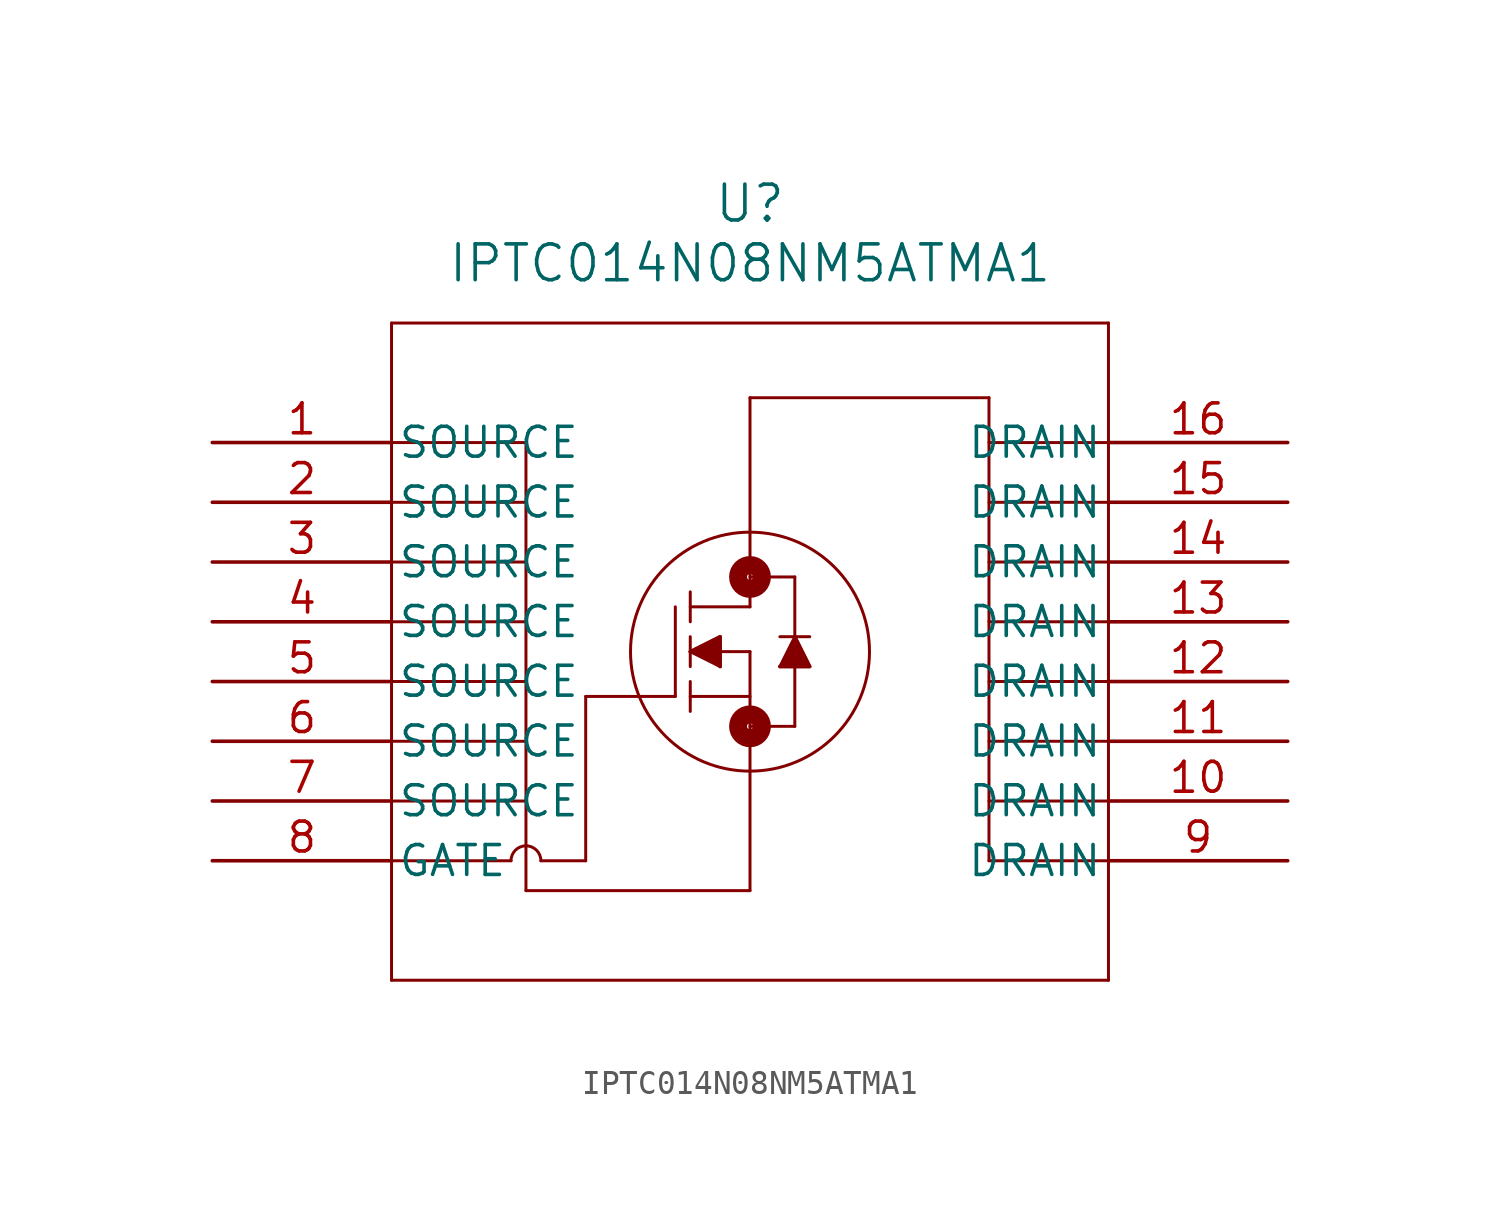
<source format=kicad_sym>
(kicad_symbol_lib
  (version 20211014)
  (generator kicad_symbol_editor)
  (symbol "IPTC014N08NM5ATMA1"
    (pin_names
      (offset 0.254))
    (property "Reference" "U"
      (at 22.86 10.16 0)
      (effects (font (size 1.524 1.524))))
    (property "Value" "IPTC014N08NM5ATMA1"
      (at 22.86 7.62 0)
      (effects (font (size 1.524 1.524))))
    (symbol "IPTC014N08NM5ATMA1_0_1"
      (polyline (pts (xy 7.62 5.08) (xy 7.62 -22.86)) (stroke (width 0.127) (type default) (color 0 0 0 0)) (fill (type none)))
      (polyline (pts (xy 7.62 -22.86) (xy 38.1 -22.86)) (stroke (width 0.127) (type default) (color 0 0 0 0)) (fill (type none)))
      (polyline (pts (xy 38.1 -22.86) (xy 38.1 5.08)) (stroke (width 0.127) (type default) (color 0 0 0 0)) (fill (type none)))
      (polyline (pts (xy 38.1 5.08) (xy 7.62 5.08)) (stroke (width 0.127) (type default) (color 0 0 0 0)) (fill (type none)))
      (polyline (pts (xy 22.86 -8.89) (xy 20.32 -8.89)) (stroke (width 0.127) (type default) (color 0 0 0 0)) (fill (type none)))
      (polyline (pts (xy 20.32 -8.255) (xy 20.32 -9.525)) (stroke (width 0.127) (type default) (color 0 0 0 0)) (fill (type none)))
      (polyline (pts (xy 20.32 -7.62) (xy 20.32 -6.35)) (stroke (width 0.127) (type default) (color 0 0 0 0)) (fill (type none)))
      (polyline (pts (xy 20.32 -10.16) (xy 20.32 -11.43)) (stroke (width 0.127) (type default) (color 0 0 0 0)) (fill (type none)))
      (polyline (pts (xy 20.32 -10.795) (xy 22.86 -10.795)) (stroke (width 0.127) (type default) (color 0 0 0 0)) (fill (type none)))
      (polyline (pts (xy 20.32 -6.985) (xy 22.86 -6.985)) (stroke (width 0.127) (type default) (color 0 0 0 0)) (fill (type none)))
      (polyline (pts (xy 22.86 -6.985) (xy 22.86 1.905)) (stroke (width 0.127) (type default) (color 0 0 0 0)) (fill (type none)))
      (polyline (pts (xy 22.86 -5.715) (xy 24.765 -5.715)) (stroke (width 0.127) (type default) (color 0 0 0 0)) (fill (type none)))
      (polyline (pts (xy 22.86 -8.89) (xy 22.86 -19.05)) (stroke (width 0.127) (type default) (color 0 0 0 0)) (fill (type none)))
      (polyline (pts (xy 22.86 -12.065) (xy 24.765 -12.065)) (stroke (width 0.127) (type default) (color 0 0 0 0)) (fill (type none)))
      (polyline (pts (xy 24.765 -12.065) (xy 24.765 -5.715)) (stroke (width 0.127) (type default) (color 0 0 0 0)) (fill (type none)))
      (polyline (pts (xy 24.13 -8.255) (xy 25.4 -8.255)) (stroke (width 0.127) (type default) (color 0 0 0 0)) (fill (type none)))
      (polyline (pts (xy 24.765 -8.255) (xy 24.13 -9.525)) (stroke (width 0.127) (type default) (color 0 0 0 0)) (fill (type none)))
      (polyline (pts (xy 24.13 -9.525) (xy 25.4 -9.525)) (stroke (width 0.127) (type default) (color 0 0 0 0)) (fill (type none)))
      (polyline (pts (xy 25.4 -9.525) (xy 24.765 -8.255)) (stroke (width 0.127) (type default) (color 0 0 0 0)) (fill (type none)))
      (polyline (pts (xy 20.32 -8.89) (xy 21.59 -8.255)) (stroke (width 0.127) (type default) (color 0 0 0 0)) (fill (type none)))
      (polyline (pts (xy 20.32 -8.89) (xy 21.59 -9.525)) (stroke (width 0.127) (type default) (color 0 0 0 0)) (fill (type none)))
      (polyline (pts (xy 21.59 -8.255) (xy 21.59 -9.525)) (stroke (width 0.127) (type default) (color 0 0 0 0)) (fill (type none)))
      (polyline (pts (xy 20.32 -8.89) (xy 21.59 -8.255) (xy 21.59 -9.525)) (stroke (width 0) (type default) (color 0 0 0 0)) (fill (type outline)))
      (polyline (pts (xy 24.13 -9.525) (xy 25.4 -9.525) (xy 24.765 -8.255)) (stroke (width 0) (type default) (color 0 0 0 0)) (fill (type outline)))
      (circle (center 22.86 -8.89) (radius 5.08) (stroke (width 0.127) (type default) (color 0 0 0 0)) (fill (type none)))
      (polyline (pts (xy 19.685 -6.985) (xy 19.685 -10.795)) (stroke (width 0.127) (type default) (color 0 0 0 0)) (fill (type none)))
      (polyline (pts (xy 19.685 -10.795) (xy 15.875 -10.795)) (stroke (width 0.127) (type default) (color 0 0 0 0)) (fill (type none)))
      (polyline (pts (xy 7.62 0) (xy 13.335 0)) (stroke (width 0.127) (type default) (color 0 0 0 0)) (fill (type none)))
      (polyline (pts (xy 7.62 -2.54) (xy 13.335 -2.54)) (stroke (width 0.127) (type default) (color 0 0 0 0)) (fill (type none)))
      (polyline (pts (xy 7.62 -5.08) (xy 13.335 -5.08)) (stroke (width 0.127) (type default) (color 0 0 0 0)) (fill (type none)))
      (polyline (pts (xy 7.62 -7.62) (xy 13.335 -7.62)) (stroke (width 0.127) (type default) (color 0 0 0 0)) (fill (type none)))
      (polyline (pts (xy 7.62 -10.16) (xy 13.335 -10.16)) (stroke (width 0.127) (type default) (color 0 0 0 0)) (fill (type none)))
      (polyline (pts (xy 7.62 -12.7) (xy 13.335 -12.7)) (stroke (width 0.127) (type default) (color 0 0 0 0)) (fill (type none)))
      (polyline (pts (xy 7.62 -15.24) (xy 13.335 -15.24)) (stroke (width 0.127) (type default) (color 0 0 0 0)) (fill (type none)))
      (polyline (pts (xy 38.1 -17.78) (xy 33.02 -17.78)) (stroke (width 0.127) (type default) (color 0 0 0 0)) (fill (type none)))
      (polyline (pts (xy 38.1 -15.24) (xy 33.02 -15.24)) (stroke (width 0.127) (type default) (color 0 0 0 0)) (fill (type none)))
      (polyline (pts (xy 38.1 -12.7) (xy 33.02 -12.7)) (stroke (width 0.127) (type default) (color 0 0 0 0)) (fill (type none)))
      (polyline (pts (xy 38.1 -10.16) (xy 33.02 -10.16)) (stroke (width 0.127) (type default) (color 0 0 0 0)) (fill (type none)))
      (polyline (pts (xy 38.1 -7.62) (xy 33.02 -7.62)) (stroke (width 0.127) (type default) (color 0 0 0 0)) (fill (type none)))
      (polyline (pts (xy 38.1 -5.08) (xy 33.02 -5.08)) (stroke (width 0.127) (type default) (color 0 0 0 0)) (fill (type none)))
      (polyline (pts (xy 38.1 -2.54) (xy 33.02 -2.54)) (stroke (width 0.127) (type default) (color 0 0 0 0)) (fill (type none)))
      (polyline (pts (xy 38.1 0) (xy 33.02 0)) (stroke (width 0.127) (type default) (color 0 0 0 0)) (fill (type none)))
      (polyline (pts (xy 33.02 -17.78) (xy 33.02 1.905)) (stroke (width 0.127) (type default) (color 0 0 0 0)) (fill (type none)))
      (polyline (pts (xy 33.02 1.905) (xy 22.86 1.905)) (stroke (width 0.127) (type default) (color 0 0 0 0)) (fill (type none)))
      (polyline (pts (xy 13.335 0) (xy 13.335 -19.05)) (stroke (width 0.127) (type default) (color 0 0 0 0)) (fill (type none)))
      (polyline (pts (xy 13.335 -19.05) (xy 22.86 -19.05)) (stroke (width 0.127) (type default) (color 0 0 0 0)) (fill (type none)))
      (polyline (pts (xy 7.62 -17.78) (xy 12.7 -17.78)) (stroke (width 0.127) (type default) (color 0 0 0 0)) (fill (type none)))
      (polyline (pts (xy 13.97 -17.78) (xy 15.875 -17.78)) (stroke (width 0.127) (type default) (color 0 0 0 0)) (fill (type none)))
      (polyline (pts (xy 15.875 -17.78) (xy 15.875 -10.795)) (stroke (width 0.127) (type default) (color 0 0 0 0)) (fill (type none)))
      (arc (start 13.97 -17.78) (mid 13.335 -17.145) (end 12.7 -17.78) (stroke (width 0.127) (type default) (color 0 0 0 0)) (fill (type none)))
      (circle (center 22.86 -5.715) (radius 0.127) (stroke (width 0.762) (type default) (color 0 0 0 0)) (fill (type none)))
      (circle (center 22.86 -12.065) (radius 0.127) (stroke (width 0.762) (type default) (color 0 0 0 0)) (fill (type none)))
      (pin unspecified line (at 0 0 0) (length 7.62) (name "SOURCE" (effects (font (size 1.27 1.27)))) (number "1" (effects (font (size 1.27 1.27)))))
      (pin unspecified line (at 0 -2.54 0) (length 7.62) (name "SOURCE" (effects (font (size 1.27 1.27)))) (number "2" (effects (font (size 1.27 1.27)))))
      (pin unspecified line (at 0 -5.08 0) (length 7.62) (name "SOURCE" (effects (font (size 1.27 1.27)))) (number "3" (effects (font (size 1.27 1.27)))))
      (pin unspecified line (at 0 -7.62 0) (length 7.62) (name "SOURCE" (effects (font (size 1.27 1.27)))) (number "4" (effects (font (size 1.27 1.27)))))
      (pin unspecified line (at 0 -10.16 0) (length 7.62) (name "SOURCE" (effects (font (size 1.27 1.27)))) (number "5" (effects (font (size 1.27 1.27)))))
      (pin unspecified line (at 0 -12.7 0) (length 7.62) (name "SOURCE" (effects (font (size 1.27 1.27)))) (number "6" (effects (font (size 1.27 1.27)))))
      (pin unspecified line (at 0 -15.24 0) (length 7.62) (name "SOURCE" (effects (font (size 1.27 1.27)))) (number "7" (effects (font (size 1.27 1.27)))))
      (pin unspecified line (at 0 -17.78 0) (length 7.62) (name "GATE" (effects (font (size 1.27 1.27)))) (number "8" (effects (font (size 1.27 1.27)))))
      (pin unspecified line (at 45.72 -17.78 180) (length 7.62) (name "DRAIN" (effects (font (size 1.27 1.27)))) (number "9" (effects (font (size 1.27 1.27)))))
      (pin unspecified line (at 45.72 -15.24 180) (length 7.62) (name "DRAIN" (effects (font (size 1.27 1.27)))) (number "10" (effects (font (size 1.27 1.27)))))
      (pin unspecified line (at 45.72 -12.7 180) (length 7.62) (name "DRAIN" (effects (font (size 1.27 1.27)))) (number "11" (effects (font (size 1.27 1.27)))))
      (pin unspecified line (at 45.72 -10.16 180) (length 7.62) (name "DRAIN" (effects (font (size 1.27 1.27)))) (number "12" (effects (font (size 1.27 1.27)))))
      (pin unspecified line (at 45.72 -7.62 180) (length 7.62) (name "DRAIN" (effects (font (size 1.27 1.27)))) (number "13" (effects (font (size 1.27 1.27)))))
      (pin unspecified line (at 45.72 -5.08 180) (length 7.62) (name "DRAIN" (effects (font (size 1.27 1.27)))) (number "14" (effects (font (size 1.27 1.27)))))
      (pin unspecified line (at 45.72 -2.54 180) (length 7.62) (name "DRAIN" (effects (font (size 1.27 1.27)))) (number "15" (effects (font (size 1.27 1.27)))))
      (pin unspecified line (at 45.72 0 180) (length 7.62) (name "DRAIN" (effects (font (size 1.27 1.27)))) (number "16" (effects (font (size 1.27 1.27))))))))
</source>
